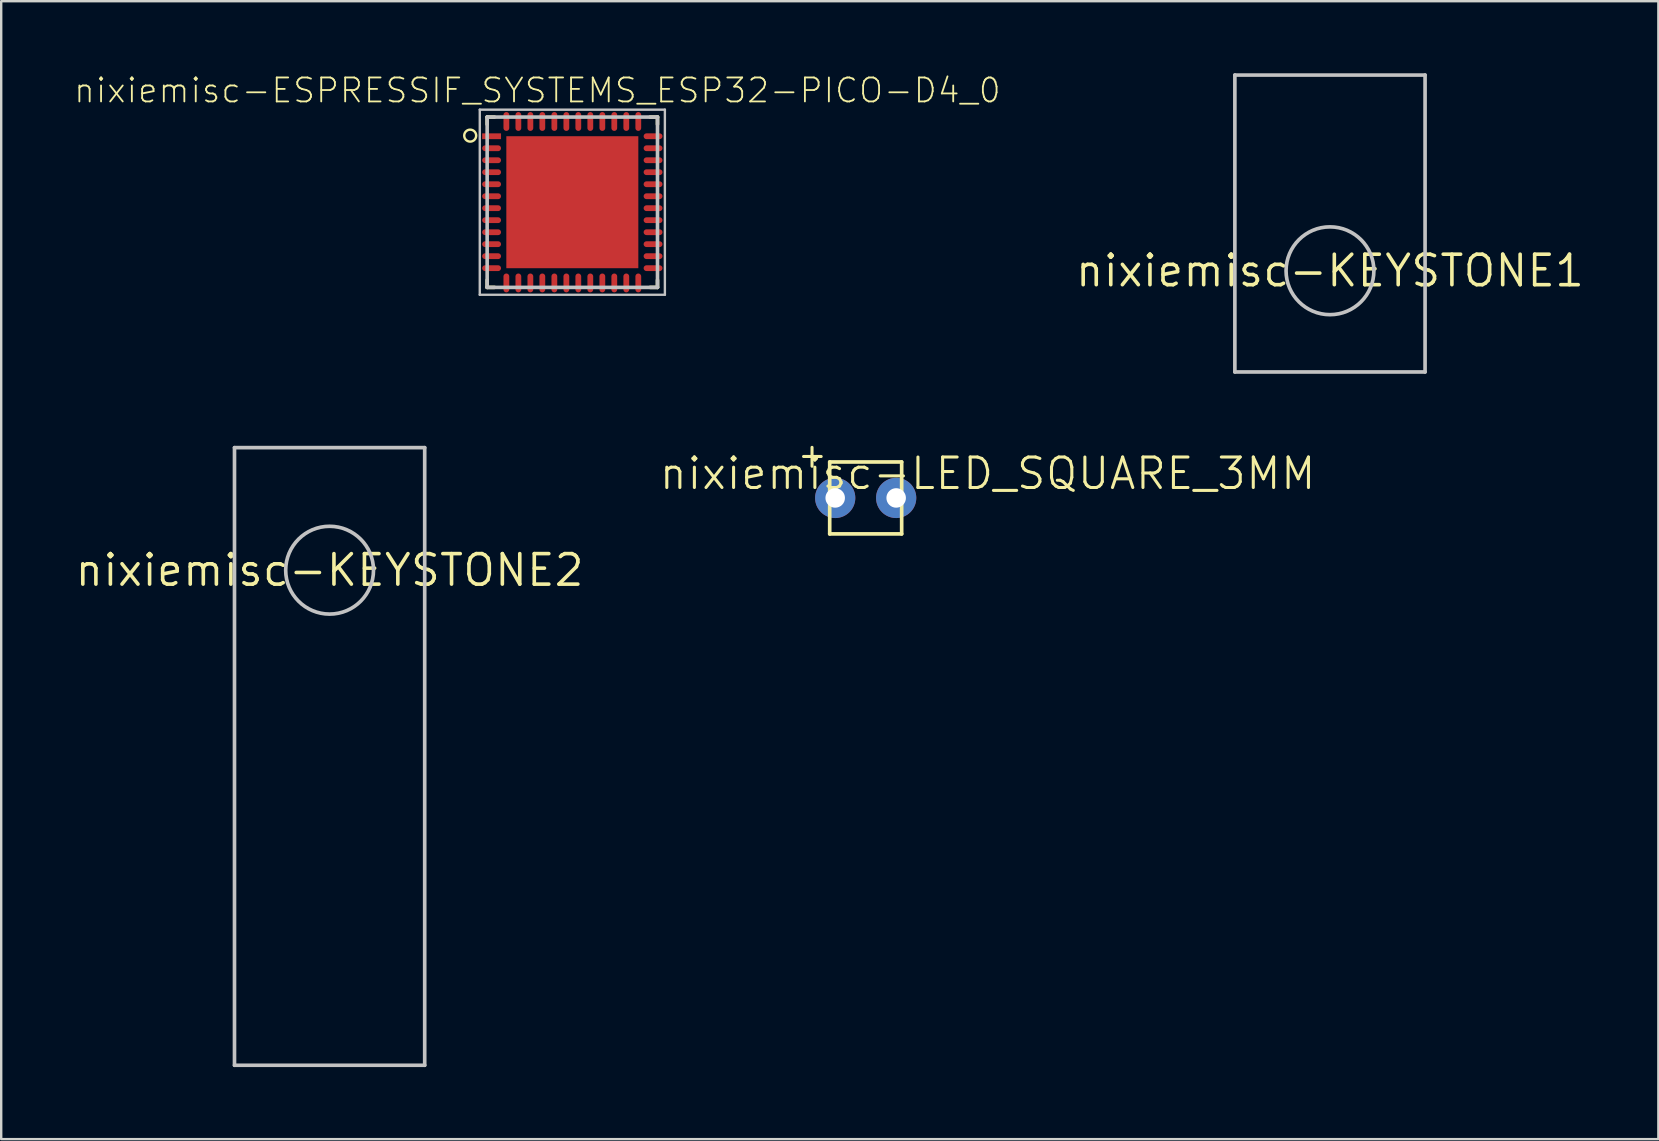
<source format=kicad_pcb>
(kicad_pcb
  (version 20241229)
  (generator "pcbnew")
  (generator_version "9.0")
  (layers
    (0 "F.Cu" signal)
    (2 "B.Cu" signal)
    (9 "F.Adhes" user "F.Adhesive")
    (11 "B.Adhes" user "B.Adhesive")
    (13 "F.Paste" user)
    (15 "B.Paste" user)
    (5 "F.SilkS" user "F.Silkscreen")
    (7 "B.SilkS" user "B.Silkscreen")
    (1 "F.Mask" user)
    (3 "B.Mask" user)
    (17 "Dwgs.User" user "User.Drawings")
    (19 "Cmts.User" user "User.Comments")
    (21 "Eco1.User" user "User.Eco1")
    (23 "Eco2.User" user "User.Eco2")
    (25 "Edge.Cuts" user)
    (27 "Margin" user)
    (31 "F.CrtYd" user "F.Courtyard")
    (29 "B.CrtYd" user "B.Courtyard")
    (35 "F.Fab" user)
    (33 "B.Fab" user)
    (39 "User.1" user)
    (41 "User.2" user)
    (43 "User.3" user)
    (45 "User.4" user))
  (footprint "nixiemisc-KEYSTONE2"
    (layer "F.Cu")
    (at 10.681 20.704)
    (property "Reference" "nixiemisc-KEYSTONE2" (at 0 0 0) (layer "F.SilkS") (effects (font (size 1.27 1.27) (thickness 0.15))))
    (attr exclude_from_pos_files exclude_from_bom)
    (fp_line (start -3.962 -5.105) (end -3.962 20.625) (stroke (width 0.152) (type solid)) (layer "Dwgs.User"))
    (fp_line (start -3.962 20.625) (end 3.962 20.625) (stroke (width 0.152) (type solid)) (layer "Dwgs.User"))
    (fp_line (start 3.962 -5.105) (end -3.962 -5.105) (stroke (width 0.152) (type solid)) (layer "Dwgs.User"))
    (fp_line (start 3.962 20.625) (end 3.962 -5.105) (stroke (width 0.152) (type solid)) (layer "Dwgs.User"))
    (fp_circle (center 0 0) (end 0 -1.829) (stroke (width 0.152) (type solid)) (fill no) (layer "Dwgs.User")))
  (footprint "nixiemisc-LED_SQUARE_3MM"
    (layer "F.Cu")
    (at 33.014 17.694)
    (property "Reference" "nixiemisc-LED_SQUARE_3MM" (at 5.08 -1.016 0) (layer "F.SilkS") (effects (font (size 1.27 1.27) (thickness 0.127))))
    (attr exclude_from_pos_files exclude_from_bom)
    (fp_line (start -2.588 -1.727) (end -1.854 -1.727) (stroke (width 0.127) (type solid)) (layer "F.SilkS"))
    (fp_line (start -2.235 -1.321) (end -2.235 -2.108) (stroke (width 0.127) (type solid)) (layer "F.SilkS"))
    (fp_line (start -1.499 -1.499) (end 1.499 -1.499) (stroke (width 0.152) (type solid)) (layer "F.SilkS"))
    (fp_line (start -1.499 1.499) (end -1.499 -1.499) (stroke (width 0.152) (type solid)) (layer "F.SilkS"))
    (fp_line (start 1.499 -1.499) (end 1.499 1.499) (stroke (width 0.152) (type solid)) (layer "F.SilkS"))
    (fp_line (start 1.499 1.499) (end -1.499 1.499) (stroke (width 0.152) (type solid)) (layer "F.SilkS"))
    (pad "A" thru_hole circle (at -1.27 0) (size 1.676 1.676) (drill 0.813) (layers "*.Cu" "*.Mask"))
    (pad "K" thru_hole circle (at 1.27 0) (size 1.676 1.676) (drill 0.813) (layers "*.Cu" "*.Mask")))
  (footprint "nixiemisc-ESPRESSIF_SYSTEMS_ESP32-PICO-D4_0"
    (layer "F.Cu")
    (at 20.793 5.374)
    (property "Reference" "nixiemisc-ESPRESSIF_SYSTEMS_ESP32-PICO-D4_0" (at -1.455 -4.656 0) (layer "F.SilkS") (effects (font (size 0.998 0.998) (thickness 0.076))))
    (attr smd)
    (fp_line (start -3.548 -3.548) (end -3.244 -3.548) (stroke (width 0.15) (type solid)) (layer "F.SilkS"))
    (fp_line (start -3.548 -3.244) (end -3.548 -3.548) (stroke (width 0.15) (type solid)) (layer "F.SilkS"))
    (fp_line (start -3.548 3.548) (end -3.548 3.244) (stroke (width 0.15) (type solid)) (layer "F.SilkS"))
    (fp_line (start -3.548 3.548) (end -3.244 3.548) (stroke (width 0.15) (type solid)) (layer "F.SilkS"))
    (fp_line (start 3.244 -3.548) (end 3.548 -3.548) (stroke (width 0.15) (type solid)) (layer "F.SilkS"))
    (fp_line (start 3.244 3.548) (end 3.548 3.548) (stroke (width 0.15) (type solid)) (layer "F.SilkS"))
    (fp_line (start 3.548 -3.244) (end 3.548 -3.548) (stroke (width 0.15) (type solid)) (layer "F.SilkS"))
    (fp_line (start 3.548 3.548) (end 3.548 3.244) (stroke (width 0.15) (type solid)) (layer "F.SilkS"))
    (fp_circle (center -4.255 -2.774) (end -4.255 -3.023) (stroke (width 0.1) (type solid)) (fill no) (layer "F.SilkS"))
    (fp_line (start -2.075 -2.075) (end -0.335 -2.075) (stroke (width 0.066) (type solid)) (layer "F.Paste"))
    (fp_line (start -2.075 -0.335) (end -2.075 -2.075) (stroke (width 0.066) (type solid)) (layer "F.Paste"))
    (fp_line (start -2.075 -0.335) (end -0.335 -0.335) (stroke (width 0.066) (type solid)) (layer "F.Paste"))
    (fp_line (start -2.075 0.335) (end -0.335 0.335) (stroke (width 0.066) (type solid)) (layer "F.Paste"))
    (fp_line (start -2.075 2.075) (end -2.075 0.335) (stroke (width 0.066) (type solid)) (layer "F.Paste"))
    (fp_line (start -2.075 2.075) (end -0.335 2.075) (stroke (width 0.066) (type solid)) (layer "F.Paste"))
    (fp_line (start -0.335 -0.335) (end -0.335 -2.075) (stroke (width 0.066) (type solid)) (layer "F.Paste"))
    (fp_line (start -0.335 2.075) (end -0.335 0.335) (stroke (width 0.066) (type solid)) (layer "F.Paste"))
    (fp_line (start 0.335 -2.075) (end 2.075 -2.075) (stroke (width 0.066) (type solid)) (layer "F.Paste"))
    (fp_line (start 0.335 -0.335) (end 0.335 -2.075) (stroke (width 0.066) (type solid)) (layer "F.Paste"))
    (fp_line (start 0.335 -0.335) (end 2.075 -0.335) (stroke (width 0.066) (type solid)) (layer "F.Paste"))
    (fp_line (start 0.335 0.335) (end 2.075 0.335) (stroke (width 0.066) (type solid)) (layer "F.Paste"))
    (fp_line (start 0.335 2.075) (end 0.335 0.335) (stroke (width 0.066) (type solid)) (layer "F.Paste"))
    (fp_line (start 0.335 2.075) (end 2.075 2.075) (stroke (width 0.066) (type solid)) (layer "F.Paste"))
    (fp_line (start 2.075 -0.335) (end 2.075 -2.075) (stroke (width 0.066) (type solid)) (layer "F.Paste"))
    (fp_line (start 2.075 2.075) (end 2.075 0.335) (stroke (width 0.066) (type solid)) (layer "F.Paste"))
    (fp_line (start -3.856 -3.856) (end 3.856 -3.856) (stroke (width 0.099) (type solid)) (layer "Dwgs.User"))
    (fp_line (start -3.856 3.856) (end -3.856 -3.856) (stroke (width 0.099) (type solid)) (layer "Dwgs.User"))
    (fp_line (start -3.548 -3.548) (end 3.548 -3.548) (stroke (width 0.15) (type solid)) (layer "Dwgs.User"))
    (fp_line (start -3.548 3.548) (end -3.548 -3.548) (stroke (width 0.15) (type solid)) (layer "Dwgs.User"))
    (fp_line (start 3.548 -3.548) (end 3.548 3.548) (stroke (width 0.15) (type solid)) (layer "Dwgs.User"))
    (fp_line (start 3.548 3.548) (end -3.548 3.548) (stroke (width 0.15) (type solid)) (layer "Dwgs.User"))
    (fp_line (start 3.856 -3.856) (end 3.856 3.856) (stroke (width 0.099) (type solid)) (layer "Dwgs.User"))
    (fp_line (start 3.856 3.856) (end -3.856 3.856) (stroke (width 0.099) (type solid)) (layer "Dwgs.User"))
    (pad "1" smd rect (at -3.363 -2.748) (size 0.785 0.241) (layers "F.Cu" "F.Mask" "F.Paste"))
    (pad "2" smd oval (at -3.363 -2.248) (size 0.785 0.241) (layers "F.Cu" "F.Mask" "F.Paste"))
    (pad "3" smd oval (at -3.363 -1.748) (size 0.785 0.241) (layers "F.Cu" "F.Mask" "F.Paste"))
    (pad "4" smd oval (at -3.363 -1.25) (size 0.785 0.241) (layers "F.Cu" "F.Mask" "F.Paste"))
    (pad "5" smd oval (at -3.363 -0.749) (size 0.785 0.241) (layers "F.Cu" "F.Mask" "F.Paste"))
    (pad "6" smd oval (at -3.363 -0.249) (size 0.785 0.241) (layers "F.Cu" "F.Mask" "F.Paste"))
    (pad "7" smd oval (at -3.363 0.249) (size 0.785 0.241) (layers "F.Cu" "F.Mask" "F.Paste"))
    (pad "8" smd oval (at -3.363 0.749) (size 0.785 0.241) (layers "F.Cu" "F.Mask" "F.Paste"))
    (pad "9" smd oval (at -3.363 1.25) (size 0.785 0.241) (layers "F.Cu" "F.Mask" "F.Paste"))
    (pad "10" smd oval (at -3.363 1.748) (size 0.785 0.241) (layers "F.Cu" "F.Mask" "F.Paste"))
    (pad "11" smd oval (at -3.363 2.248) (size 0.785 0.241) (layers "F.Cu" "F.Mask" "F.Paste"))
    (pad "12" smd oval (at -3.363 2.748) (size 0.785 0.241) (layers "F.Cu" "F.Mask" "F.Paste"))
    (pad "13" smd oval (at -2.748 3.363) (size 0.241 0.785) (layers "F.Cu" "F.Mask" "F.Paste"))
    (pad "14" smd oval (at -2.248 3.363) (size 0.241 0.785) (layers "F.Cu" "F.Mask" "F.Paste"))
    (pad "15" smd oval (at -1.748 3.363) (size 0.241 0.785) (layers "F.Cu" "F.Mask" "F.Paste"))
    (pad "16" smd oval (at -1.25 3.363) (size 0.241 0.785) (layers "F.Cu" "F.Mask" "F.Paste"))
    (pad "17" smd oval (at -0.749 3.363) (size 0.241 0.785) (layers "F.Cu" "F.Mask" "F.Paste"))
    (pad "18" smd oval (at -0.249 3.363) (size 0.241 0.785) (layers "F.Cu" "F.Mask" "F.Paste"))
    (pad "19" smd oval (at 0.249 3.363) (size 0.241 0.785) (layers "F.Cu" "F.Mask" "F.Paste"))
    (pad "20" smd oval (at 0.749 3.363) (size 0.241 0.785) (layers "F.Cu" "F.Mask" "F.Paste"))
    (pad "21" smd oval (at 1.25 3.363) (size 0.241 0.785) (layers "F.Cu" "F.Mask" "F.Paste"))
    (pad "22" smd oval (at 1.748 3.363) (size 0.241 0.785) (layers "F.Cu" "F.Mask" "F.Paste"))
    (pad "23" smd oval (at 2.248 3.363) (size 0.241 0.785) (layers "F.Cu" "F.Mask" "F.Paste"))
    (pad "24" smd oval (at 2.748 3.363) (size 0.241 0.785) (layers "F.Cu" "F.Mask" "F.Paste"))
    (pad "25" smd oval (at 3.363 2.748) (size 0.785 0.241) (layers "F.Cu" "F.Mask" "F.Paste"))
    (pad "26" smd oval (at 3.363 2.248) (size 0.785 0.241) (layers "F.Cu" "F.Mask" "F.Paste"))
    (pad "27" smd oval (at 3.363 1.748) (size 0.785 0.241) (layers "F.Cu" "F.Mask" "F.Paste"))
    (pad "28" smd oval (at 3.363 1.25) (size 0.785 0.241) (layers "F.Cu" "F.Mask" "F.Paste"))
    (pad "29" smd oval (at 3.363 0.749) (size 0.785 0.241) (layers "F.Cu" "F.Mask" "F.Paste"))
    (pad "30" smd oval (at 3.363 0.249) (size 0.785 0.241) (layers "F.Cu" "F.Mask" "F.Paste"))
    (pad "31" smd oval (at 3.363 -0.249) (size 0.785 0.241) (layers "F.Cu" "F.Mask" "F.Paste"))
    (pad "32" smd oval (at 3.363 -0.749) (size 0.785 0.241) (layers "F.Cu" "F.Mask" "F.Paste"))
    (pad "33" smd oval (at 3.363 -1.25) (size 0.785 0.241) (layers "F.Cu" "F.Mask" "F.Paste"))
    (pad "34" smd oval (at 3.363 -1.748) (size 0.785 0.241) (layers "F.Cu" "F.Mask" "F.Paste"))
    (pad "35" smd oval (at 3.363 -2.248) (size 0.785 0.241) (layers "F.Cu" "F.Mask" "F.Paste"))
    (pad "36" smd oval (at 3.363 -2.748) (size 0.785 0.241) (layers "F.Cu" "F.Mask" "F.Paste"))
    (pad "37" smd oval (at 2.748 -3.363) (size 0.241 0.785) (layers "F.Cu" "F.Mask" "F.Paste"))
    (pad "38" smd oval (at 2.248 -3.363) (size 0.241 0.785) (layers "F.Cu" "F.Mask" "F.Paste"))
    (pad "39" smd oval (at 1.748 -3.363) (size 0.241 0.785) (layers "F.Cu" "F.Mask" "F.Paste"))
    (pad "40" smd oval (at 1.25 -3.363) (size 0.241 0.785) (layers "F.Cu" "F.Mask" "F.Paste"))
    (pad "41" smd oval (at 0.749 -3.363) (size 0.241 0.785) (layers "F.Cu" "F.Mask" "F.Paste"))
    (pad "42" smd oval (at 0.249 -3.363) (size 0.241 0.785) (layers "F.Cu" "F.Mask" "F.Paste"))
    (pad "43" smd oval (at -0.249 -3.363) (size 0.241 0.785) (layers "F.Cu" "F.Mask" "F.Paste"))
    (pad "44" smd oval (at -0.749 -3.363) (size 0.241 0.785) (layers "F.Cu" "F.Mask" "F.Paste"))
    (pad "45" smd oval (at -1.25 -3.363) (size 0.241 0.785) (layers "F.Cu" "F.Mask" "F.Paste"))
    (pad "46" smd oval (at -1.748 -3.363) (size 0.241 0.785) (layers "F.Cu" "F.Mask" "F.Paste"))
    (pad "47" smd oval (at -2.248 -3.363) (size 0.241 0.785) (layers "F.Cu" "F.Mask" "F.Paste"))
    (pad "48" smd oval (at -2.748 -3.363) (size 0.241 0.785) (layers "F.Cu" "F.Mask" "F.Paste"))
    (pad "49" smd rect (at 0 0) (size 5.499 5.499) (layers "F.Cu" "F.Mask" "F.Paste")))
  (footprint "nixiemisc-KEYSTONE1"
    (layer "F.Cu")
    (at 52.356 8.23)
    (property "Reference" "nixiemisc-KEYSTONE1" (at 0 0 0) (layer "F.SilkS") (effects (font (size 1.27 1.27) (thickness 0.15))))
    (attr exclude_from_pos_files exclude_from_bom)
    (fp_line (start -3.962 -8.153) (end -3.962 4.216) (stroke (width 0.152) (type solid)) (layer "Dwgs.User"))
    (fp_line (start -3.962 4.216) (end 3.962 4.216) (stroke (width 0.152) (type solid)) (layer "Dwgs.User"))
    (fp_line (start 3.962 -8.153) (end -3.962 -8.153) (stroke (width 0.152) (type solid)) (layer "Dwgs.User"))
    (fp_line (start 3.962 4.216) (end 3.962 -8.153) (stroke (width 0.152) (type solid)) (layer "Dwgs.User"))
    (fp_circle (center 0 0) (end 0 -1.829) (stroke (width 0.152) (type solid)) (fill no) (layer "Dwgs.User")))
  (gr_rect
    (start -3 -3)
    (end 66.037 44.405)
    (stroke (width 0.1) (type default))
    (fill no)
    (layer "Edge.Cuts")))
</source>
